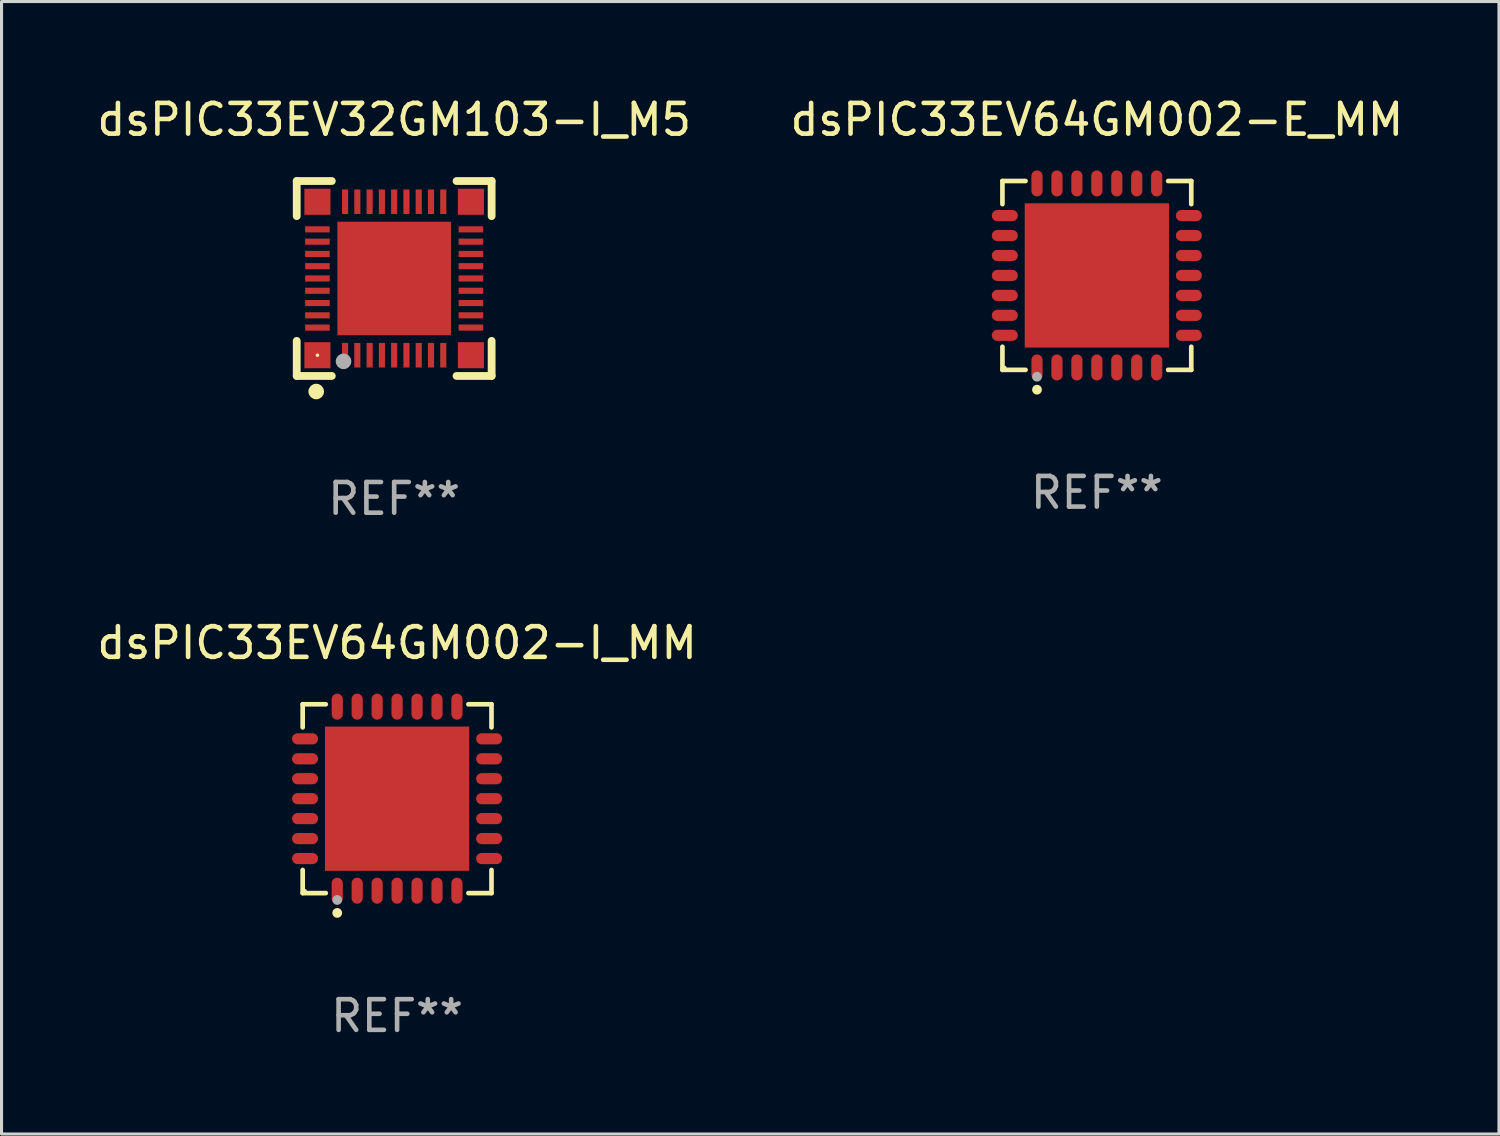
<source format=kicad_pcb>
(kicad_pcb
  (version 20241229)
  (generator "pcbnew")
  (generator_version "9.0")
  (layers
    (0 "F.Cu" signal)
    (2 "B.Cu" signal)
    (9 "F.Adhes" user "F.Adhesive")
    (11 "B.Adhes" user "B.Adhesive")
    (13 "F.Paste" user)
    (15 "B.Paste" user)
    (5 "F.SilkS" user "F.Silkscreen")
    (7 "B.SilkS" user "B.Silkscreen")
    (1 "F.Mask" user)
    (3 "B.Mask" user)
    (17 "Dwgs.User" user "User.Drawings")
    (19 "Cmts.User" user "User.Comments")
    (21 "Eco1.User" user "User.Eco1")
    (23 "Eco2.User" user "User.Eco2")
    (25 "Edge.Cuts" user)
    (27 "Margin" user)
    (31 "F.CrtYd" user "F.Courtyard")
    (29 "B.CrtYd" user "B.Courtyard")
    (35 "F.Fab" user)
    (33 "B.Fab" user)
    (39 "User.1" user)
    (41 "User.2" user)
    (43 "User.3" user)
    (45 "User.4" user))
  (footprint "dsPIC33EV64GM002-I_MM"
    (layer "F.Cu")
    (at 9.887 22.971)
    (property "Reference" "dsPIC33EV64GM002-I_MM" (at 0 -5.076 0) (layer "F.SilkS") (effects (font (size 1 1) (thickness 0.15))))
    (attr through_hole)
    (fp_line (start -3.076 -3.076) (end -2.323 -3.076) (stroke (width 0.152) (type solid)) (layer "F.SilkS"))
    (fp_line (start -3.076 -2.323) (end -3.076 -3.076) (stroke (width 0.152) (type solid)) (layer "F.SilkS"))
    (fp_line (start -3.076 2.323) (end -3.076 3.076) (stroke (width 0.152) (type solid)) (layer "F.SilkS"))
    (fp_line (start -3.076 3.076) (end -2.323 3.076) (stroke (width 0.152) (type solid)) (layer "F.SilkS"))
    (fp_line (start 3.076 -3.076) (end 2.323 -3.076) (stroke (width 0.152) (type solid)) (layer "F.SilkS"))
    (fp_line (start 3.076 -2.323) (end 3.076 -3.076) (stroke (width 0.152) (type solid)) (layer "F.SilkS"))
    (fp_line (start 3.076 2.323) (end 3.076 3.076) (stroke (width 0.152) (type solid)) (layer "F.SilkS"))
    (fp_line (start 3.076 3.076) (end 2.323 3.076) (stroke (width 0.152) (type solid)) (layer "F.SilkS"))
    (fp_circle (center -3 3) (end -2.97 3) (stroke (width 0.06) (type solid)) (fill no) (layer "F.SilkS"))
    (fp_circle (center -1.95 3.722) (end -1.87 3.722) (stroke (width 0.16) (type solid)) (fill no) (layer "F.SilkS"))
    (fp_circle (center -1.95 3.3) (end -1.87 3.3) (stroke (width 0.16) (type solid)) (fill no) (layer "F.Fab"))
    (fp_text user "REF**" (at 0 7.076 0) (layer "F.Fab") (effects (font (size 1 1) (thickness 0.15))))
    (pad "1" smd oval (at -1.95 2.998) (size 0.364 0.847) (layers "F.Cu" "F.Mask" "F.Paste"))
    (pad "2" smd oval (at -1.3 2.998) (size 0.364 0.847) (layers "F.Cu" "F.Mask" "F.Paste"))
    (pad "3" smd oval (at -0.65 2.998) (size 0.364 0.847) (layers "F.Cu" "F.Mask" "F.Paste"))
    (pad "4" smd oval (at 0 2.998) (size 0.364 0.847) (layers "F.Cu" "F.Mask" "F.Paste"))
    (pad "5" smd oval (at 0.65 2.998) (size 0.364 0.847) (layers "F.Cu" "F.Mask" "F.Paste"))
    (pad "6" smd oval (at 1.3 2.998) (size 0.364 0.847) (layers "F.Cu" "F.Mask" "F.Paste"))
    (pad "7" smd oval (at 1.95 2.998) (size 0.364 0.847) (layers "F.Cu" "F.Mask" "F.Paste"))
    (pad "8" smd oval (at 2.998 1.95) (size 0.847 0.364) (layers "F.Cu" "F.Mask" "F.Paste"))
    (pad "9" smd oval (at 2.998 1.3) (size 0.847 0.364) (layers "F.Cu" "F.Mask" "F.Paste"))
    (pad "10" smd oval (at 2.998 0.65) (size 0.847 0.364) (layers "F.Cu" "F.Mask" "F.Paste"))
    (pad "11" smd oval (at 2.998 0) (size 0.847 0.364) (layers "F.Cu" "F.Mask" "F.Paste"))
    (pad "12" smd oval (at 2.998 -0.65) (size 0.847 0.364) (layers "F.Cu" "F.Mask" "F.Paste"))
    (pad "13" smd oval (at 2.998 -1.3) (size 0.847 0.364) (layers "F.Cu" "F.Mask" "F.Paste"))
    (pad "14" smd oval (at 2.998 -1.95) (size 0.847 0.364) (layers "F.Cu" "F.Mask" "F.Paste"))
    (pad "15" smd oval (at 1.95 -2.998) (size 0.364 0.847) (layers "F.Cu" "F.Mask" "F.Paste"))
    (pad "16" smd oval (at 1.3 -2.998) (size 0.364 0.847) (layers "F.Cu" "F.Mask" "F.Paste"))
    (pad "17" smd oval (at 0.65 -2.998) (size 0.364 0.847) (layers "F.Cu" "F.Mask" "F.Paste"))
    (pad "18" smd oval (at 0 -2.998) (size 0.364 0.847) (layers "F.Cu" "F.Mask" "F.Paste"))
    (pad "19" smd oval (at -0.65 -2.998) (size 0.364 0.847) (layers "F.Cu" "F.Mask" "F.Paste"))
    (pad "20" smd oval (at -1.3 -2.998) (size 0.364 0.847) (layers "F.Cu" "F.Mask" "F.Paste"))
    (pad "21" smd oval (at -1.95 -2.998) (size 0.364 0.847) (layers "F.Cu" "F.Mask" "F.Paste"))
    (pad "22" smd oval (at -2.998 -1.95) (size 0.847 0.364) (layers "F.Cu" "F.Mask" "F.Paste"))
    (pad "23" smd oval (at -2.998 -1.3) (size 0.847 0.364) (layers "F.Cu" "F.Mask" "F.Paste"))
    (pad "24" smd oval (at -2.998 -0.65) (size 0.847 0.364) (layers "F.Cu" "F.Mask" "F.Paste"))
    (pad "25" smd oval (at -2.998 0) (size 0.847 0.364) (layers "F.Cu" "F.Mask" "F.Paste"))
    (pad "26" smd oval (at -2.998 0.65) (size 0.847 0.364) (layers "F.Cu" "F.Mask" "F.Paste"))
    (pad "27" smd oval (at -2.998 1.3) (size 0.847 0.364) (layers "F.Cu" "F.Mask" "F.Paste"))
    (pad "28" smd oval (at -2.998 1.95) (size 0.847 0.364) (layers "F.Cu" "F.Mask" "F.Paste"))
    (pad "29" smd rect (at 0 0) (size 4.7 4.7) (layers "F.Cu" "F.Mask" "F.Paste")))
  (footprint "dsPIC33EV64GM002-E_MM"
    (layer "F.Cu")
    (at 32.685 5.924)
    (property "Reference" "dsPIC33EV64GM002-E_MM" (at 0 -5.076 0) (layer "F.SilkS") (effects (font (size 1 1) (thickness 0.15))))
    (attr through_hole)
    (fp_line (start -3.076 -3.076) (end -2.323 -3.076) (stroke (width 0.152) (type solid)) (layer "F.SilkS"))
    (fp_line (start -3.076 -2.323) (end -3.076 -3.076) (stroke (width 0.152) (type solid)) (layer "F.SilkS"))
    (fp_line (start -3.076 2.323) (end -3.076 3.076) (stroke (width 0.152) (type solid)) (layer "F.SilkS"))
    (fp_line (start -3.076 3.076) (end -2.323 3.076) (stroke (width 0.152) (type solid)) (layer "F.SilkS"))
    (fp_line (start 3.076 -3.076) (end 2.323 -3.076) (stroke (width 0.152) (type solid)) (layer "F.SilkS"))
    (fp_line (start 3.076 -2.323) (end 3.076 -3.076) (stroke (width 0.152) (type solid)) (layer "F.SilkS"))
    (fp_line (start 3.076 2.323) (end 3.076 3.076) (stroke (width 0.152) (type solid)) (layer "F.SilkS"))
    (fp_line (start 3.076 3.076) (end 2.323 3.076) (stroke (width 0.152) (type solid)) (layer "F.SilkS"))
    (fp_circle (center -3 3) (end -2.97 3) (stroke (width 0.06) (type solid)) (fill no) (layer "F.SilkS"))
    (fp_circle (center -1.95 3.722) (end -1.87 3.722) (stroke (width 0.16) (type solid)) (fill no) (layer "F.SilkS"))
    (fp_circle (center -1.95 3.3) (end -1.87 3.3) (stroke (width 0.16) (type solid)) (fill no) (layer "F.Fab"))
    (fp_text user "REF**" (at 0 7.076 0) (layer "F.Fab") (effects (font (size 1 1) (thickness 0.15))))
    (pad "1" smd oval (at -1.95 2.998) (size 0.364 0.847) (layers "F.Cu" "F.Mask" "F.Paste"))
    (pad "2" smd oval (at -1.3 2.998) (size 0.364 0.847) (layers "F.Cu" "F.Mask" "F.Paste"))
    (pad "3" smd oval (at -0.65 2.998) (size 0.364 0.847) (layers "F.Cu" "F.Mask" "F.Paste"))
    (pad "4" smd oval (at 0 2.998) (size 0.364 0.847) (layers "F.Cu" "F.Mask" "F.Paste"))
    (pad "5" smd oval (at 0.65 2.998) (size 0.364 0.847) (layers "F.Cu" "F.Mask" "F.Paste"))
    (pad "6" smd oval (at 1.3 2.998) (size 0.364 0.847) (layers "F.Cu" "F.Mask" "F.Paste"))
    (pad "7" smd oval (at 1.95 2.998) (size 0.364 0.847) (layers "F.Cu" "F.Mask" "F.Paste"))
    (pad "8" smd oval (at 2.998 1.95) (size 0.847 0.364) (layers "F.Cu" "F.Mask" "F.Paste"))
    (pad "9" smd oval (at 2.998 1.3) (size 0.847 0.364) (layers "F.Cu" "F.Mask" "F.Paste"))
    (pad "10" smd oval (at 2.998 0.65) (size 0.847 0.364) (layers "F.Cu" "F.Mask" "F.Paste"))
    (pad "11" smd oval (at 2.998 0) (size 0.847 0.364) (layers "F.Cu" "F.Mask" "F.Paste"))
    (pad "12" smd oval (at 2.998 -0.65) (size 0.847 0.364) (layers "F.Cu" "F.Mask" "F.Paste"))
    (pad "13" smd oval (at 2.998 -1.3) (size 0.847 0.364) (layers "F.Cu" "F.Mask" "F.Paste"))
    (pad "14" smd oval (at 2.998 -1.95) (size 0.847 0.364) (layers "F.Cu" "F.Mask" "F.Paste"))
    (pad "15" smd oval (at 1.95 -2.998) (size 0.364 0.847) (layers "F.Cu" "F.Mask" "F.Paste"))
    (pad "16" smd oval (at 1.3 -2.998) (size 0.364 0.847) (layers "F.Cu" "F.Mask" "F.Paste"))
    (pad "17" smd oval (at 0.65 -2.998) (size 0.364 0.847) (layers "F.Cu" "F.Mask" "F.Paste"))
    (pad "18" smd oval (at 0 -2.998) (size 0.364 0.847) (layers "F.Cu" "F.Mask" "F.Paste"))
    (pad "19" smd oval (at -0.65 -2.998) (size 0.364 0.847) (layers "F.Cu" "F.Mask" "F.Paste"))
    (pad "20" smd oval (at -1.3 -2.998) (size 0.364 0.847) (layers "F.Cu" "F.Mask" "F.Paste"))
    (pad "21" smd oval (at -1.95 -2.998) (size 0.364 0.847) (layers "F.Cu" "F.Mask" "F.Paste"))
    (pad "22" smd oval (at -2.998 -1.95) (size 0.847 0.364) (layers "F.Cu" "F.Mask" "F.Paste"))
    (pad "23" smd oval (at -2.998 -1.3) (size 0.847 0.364) (layers "F.Cu" "F.Mask" "F.Paste"))
    (pad "24" smd oval (at -2.998 -0.65) (size 0.847 0.364) (layers "F.Cu" "F.Mask" "F.Paste"))
    (pad "25" smd oval (at -2.998 0) (size 0.847 0.364) (layers "F.Cu" "F.Mask" "F.Paste"))
    (pad "26" smd oval (at -2.998 0.65) (size 0.847 0.364) (layers "F.Cu" "F.Mask" "F.Paste"))
    (pad "27" smd oval (at -2.998 1.3) (size 0.847 0.364) (layers "F.Cu" "F.Mask" "F.Paste"))
    (pad "28" smd oval (at -2.998 1.95) (size 0.847 0.364) (layers "F.Cu" "F.Mask" "F.Paste"))
    (pad "29" smd rect (at 0 0) (size 4.7 4.7) (layers "F.Cu" "F.Mask" "F.Paste")))
  (footprint "dsPIC33EV32GM103-I_M5"
    (layer "F.Cu")
    (at 9.792 6.023)
    (property "Reference" "dsPIC33EV32GM103-I_M5" (at 0 -5.175 0) (layer "F.SilkS") (effects (font (size 1 1) (thickness 0.15))))
    (attr through_hole)
    (fp_line (start -3.175 -3.175) (end -2.032 -3.175) (stroke (width 0.254) (type solid)) (layer "F.SilkS"))
    (fp_line (start -3.175 -2.032) (end -3.175 -3.175) (stroke (width 0.254) (type solid)) (layer "F.SilkS"))
    (fp_line (start -3.175 3.175) (end -3.175 2.032) (stroke (width 0.254) (type solid)) (layer "F.SilkS"))
    (fp_line (start -2.032 3.175) (end -3.175 3.175) (stroke (width 0.254) (type solid)) (layer "F.SilkS"))
    (fp_line (start 2.032 -3.175) (end 3.175 -3.175) (stroke (width 0.254) (type solid)) (layer "F.SilkS"))
    (fp_line (start 3.175 -3.175) (end 3.175 -2.032) (stroke (width 0.254) (type solid)) (layer "F.SilkS"))
    (fp_line (start 3.175 2.032) (end 3.175 3.175) (stroke (width 0.254) (type solid)) (layer "F.SilkS"))
    (fp_line (start 3.175 3.175) (end 2.032 3.175) (stroke (width 0.254) (type solid)) (layer "F.SilkS"))
    (fp_circle (center -2.54 3.683) (end -2.413 3.683) (stroke (width 0.254) (type solid)) (fill no) (layer "F.SilkS"))
    (fp_circle (center -2.5 2.5) (end -2.47 2.5) (stroke (width 0.06) (type solid)) (fill no) (layer "F.SilkS"))
    (fp_circle (center -1.65 2.7) (end -1.523 2.7) (stroke (width 0.254) (type solid)) (fill no) (layer "F.Fab"))
    (fp_text user "REF**" (at 0 7.175 0) (layer "F.Fab") (effects (font (size 1 1) (thickness 0.15))))
    (pad "1" smd rect (at -1.6 2.5) (size 0.2 0.8) (layers "F.Cu" "F.Mask" "F.Paste"))
    (pad "2" smd rect (at -1.2 2.5) (size 0.2 0.8) (layers "F.Cu" "F.Mask" "F.Paste"))
    (pad "3" smd rect (at -0.8 2.5) (size 0.2 0.8) (layers "F.Cu" "F.Mask" "F.Paste"))
    (pad "4" smd rect (at -0.4 2.5) (size 0.2 0.8) (layers "F.Cu" "F.Mask" "F.Paste"))
    (pad "5" smd rect (at -0.000051 2.5) (size 0.2 0.8) (layers "F.Cu" "F.Mask" "F.Paste"))
    (pad "6" smd rect (at 0.4 2.5) (size 0.2 0.8) (layers "F.Cu" "F.Mask" "F.Paste"))
    (pad "7" smd rect (at 0.8 2.5) (size 0.2 0.8) (layers "F.Cu" "F.Mask" "F.Paste"))
    (pad "8" smd rect (at 1.2 2.5) (size 0.2 0.8) (layers "F.Cu" "F.Mask" "F.Paste"))
    (pad "9" smd rect (at 1.6 2.5) (size 0.2 0.8) (layers "F.Cu" "F.Mask" "F.Paste"))
    (pad "10" smd rect (at 2.5 1.6 90) (size 0.2 0.8) (layers "F.Cu" "F.Mask" "F.Paste"))
    (pad "11" smd rect (at 2.5 1.2 90) (size 0.2 0.8) (layers "F.Cu" "F.Mask" "F.Paste"))
    (pad "12" smd rect (at 2.5 0.8 90) (size 0.2 0.8) (layers "F.Cu" "F.Mask" "F.Paste"))
    (pad "13" smd rect (at 2.5 0.4 90) (size 0.2 0.8) (layers "F.Cu" "F.Mask" "F.Paste"))
    (pad "14" smd rect (at 2.5 -0.000051 90) (size 0.2 0.8) (layers "F.Cu" "F.Mask" "F.Paste"))
    (pad "15" smd rect (at 2.5 -0.4 90) (size 0.2 0.8) (layers "F.Cu" "F.Mask" "F.Paste"))
    (pad "16" smd rect (at 2.5 -0.8 90) (size 0.2 0.8) (layers "F.Cu" "F.Mask" "F.Paste"))
    (pad "17" smd rect (at 2.5 -1.2 90) (size 0.2 0.8) (layers "F.Cu" "F.Mask" "F.Paste"))
    (pad "18" smd rect (at 2.5 -1.6 90) (size 0.2 0.8) (layers "F.Cu" "F.Mask" "F.Paste"))
    (pad "19" smd rect (at 1.6 -2.5 180) (size 0.2 0.8) (layers "F.Cu" "F.Mask" "F.Paste"))
    (pad "20" smd rect (at 1.2 -2.5 180) (size 0.2 0.8) (layers "F.Cu" "F.Mask" "F.Paste"))
    (pad "21" smd rect (at 0.8 -2.5 180) (size 0.2 0.8) (layers "F.Cu" "F.Mask" "F.Paste"))
    (pad "22" smd rect (at 0.4 -2.5 180) (size 0.2 0.8) (layers "F.Cu" "F.Mask" "F.Paste"))
    (pad "23" smd rect (at -0.000051 -2.5 180) (size 0.2 0.8) (layers "F.Cu" "F.Mask" "F.Paste"))
    (pad "24" smd rect (at -0.4 -2.5 180) (size 0.2 0.8) (layers "F.Cu" "F.Mask" "F.Paste"))
    (pad "25" smd rect (at -0.8 -2.5 180) (size 0.2 0.8) (layers "F.Cu" "F.Mask" "F.Paste"))
    (pad "26" smd rect (at -1.2 -2.5 180) (size 0.2 0.8) (layers "F.Cu" "F.Mask" "F.Paste"))
    (pad "27" smd rect (at -1.6 -2.5 180) (size 0.2 0.8) (layers "F.Cu" "F.Mask" "F.Paste"))
    (pad "28" smd rect (at -2.5 -1.6 270) (size 0.2 0.8) (layers "F.Cu" "F.Mask" "F.Paste"))
    (pad "29" smd rect (at -2.5 -1.2 270) (size 0.2 0.8) (layers "F.Cu" "F.Mask" "F.Paste"))
    (pad "30" smd rect (at -2.5 -0.8 270) (size 0.2 0.8) (layers "F.Cu" "F.Mask" "F.Paste"))
    (pad "31" smd rect (at -2.5 -0.4 270) (size 0.2 0.8) (layers "F.Cu" "F.Mask" "F.Paste"))
    (pad "32" smd rect (at -2.5 -0.000051 270) (size 0.2 0.8) (layers "F.Cu" "F.Mask" "F.Paste"))
    (pad "33" smd rect (at -2.5 0.4 270) (size 0.2 0.8) (layers "F.Cu" "F.Mask" "F.Paste"))
    (pad "34" smd rect (at -2.5 0.8 270) (size 0.2 0.8) (layers "F.Cu" "F.Mask" "F.Paste"))
    (pad "35" smd rect (at -2.5 1.2 270) (size 0.2 0.8) (layers "F.Cu" "F.Mask" "F.Paste"))
    (pad "36" smd rect (at -2.5 1.6 270) (size 0.2 0.8) (layers "F.Cu" "F.Mask" "F.Paste"))
    (pad "37" smd rect (at -2.5 -2.5) (size 0.85 0.85) (layers "F.Cu" "F.Mask" "F.Paste"))
    (pad "37" smd rect (at -2.5 2.5) (size 0.85 0.85) (layers "F.Cu" "F.Mask" "F.Paste"))
    (pad "37" smd rect (at -0.000051 -0.000051) (size 3.7 3.7) (layers "F.Cu" "F.Mask" "F.Paste"))
    (pad "37" smd rect (at 2.5 -2.5) (size 0.85 0.85) (layers "F.Cu" "F.Mask" "F.Paste"))
    (pad "37" smd rect (at 2.5 2.5) (size 0.85 0.85) (layers "F.Cu" "F.Mask" "F.Paste")))
  (gr_rect
    (start -3 -3)
    (end 45.786 33.895)
    (stroke (width 0.1) (type default))
    (fill no)
    (layer "Edge.Cuts")))
</source>
